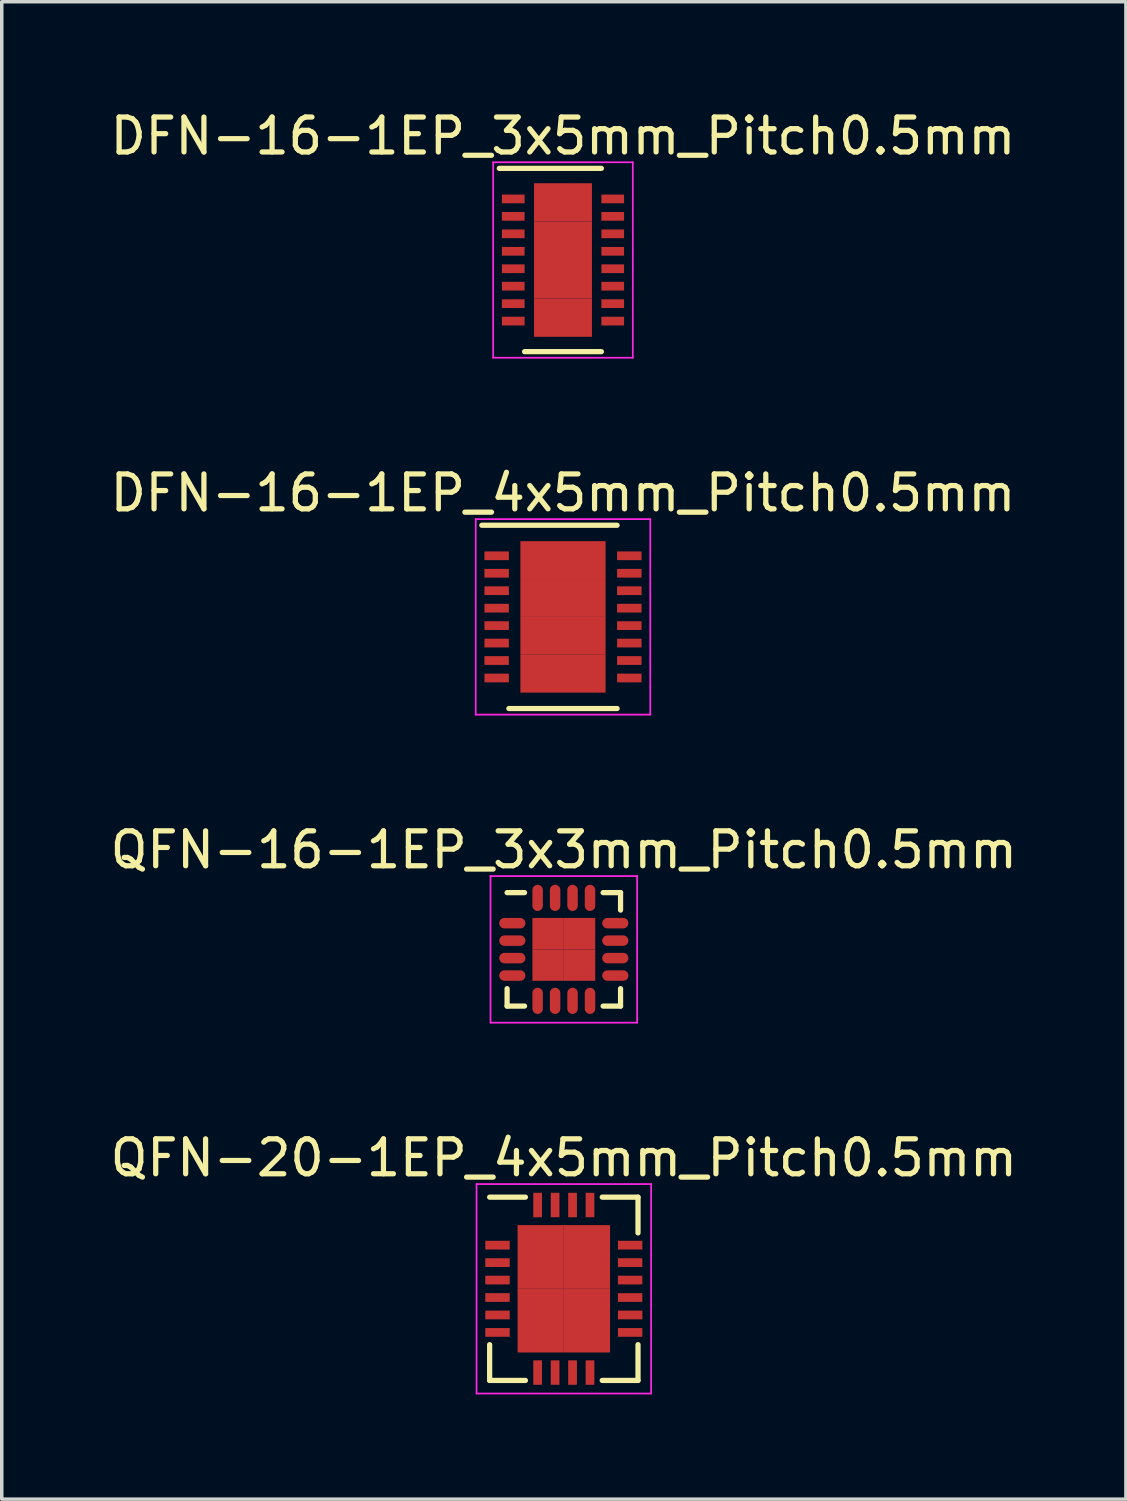
<source format=kicad_pcb>
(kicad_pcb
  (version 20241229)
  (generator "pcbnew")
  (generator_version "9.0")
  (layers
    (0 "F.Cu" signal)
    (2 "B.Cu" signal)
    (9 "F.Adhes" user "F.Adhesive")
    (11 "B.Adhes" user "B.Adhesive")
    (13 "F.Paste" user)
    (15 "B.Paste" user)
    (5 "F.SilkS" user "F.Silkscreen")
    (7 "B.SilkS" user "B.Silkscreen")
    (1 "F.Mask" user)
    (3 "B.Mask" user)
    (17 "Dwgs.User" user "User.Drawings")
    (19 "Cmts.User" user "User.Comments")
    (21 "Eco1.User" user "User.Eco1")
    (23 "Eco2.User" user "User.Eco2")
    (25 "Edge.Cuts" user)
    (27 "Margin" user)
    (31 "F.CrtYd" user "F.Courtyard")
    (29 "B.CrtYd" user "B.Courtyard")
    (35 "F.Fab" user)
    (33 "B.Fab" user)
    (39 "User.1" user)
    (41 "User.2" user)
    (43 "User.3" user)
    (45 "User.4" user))
  (footprint "DFN-16-1EP_4x5mm_Pitch0.5mm"
    (layer "F.Cu")
    (at 13.077 14.621)
    (property "Reference" "DFN-16-1EP_4x5mm_Pitch0.5mm" (at 0 -3.55 0) (layer "F.SilkS") (effects (font (size 1 1) (thickness 0.15))))
    (attr smd)
    (fp_line (start -2.325 -2.625) (end 1.55 -2.625) (stroke (width 0.15) (type solid)) (layer "F.SilkS"))
    (fp_line (start -1.55 2.625) (end 1.55 2.625) (stroke (width 0.15) (type solid)) (layer "F.SilkS"))
    (fp_line (start -2.5 -2.8) (end -2.5 2.8) (stroke (width 0.05) (type solid)) (layer "F.CrtYd"))
    (fp_line (start -2.5 -2.8) (end 2.5 -2.8) (stroke (width 0.05) (type solid)) (layer "F.CrtYd"))
    (fp_line (start -2.5 2.8) (end 2.5 2.8) (stroke (width 0.05) (type solid)) (layer "F.CrtYd"))
    (fp_line (start 2.5 -2.8) (end 2.5 2.8) (stroke (width 0.05) (type solid)) (layer "F.CrtYd"))
    (pad "1" smd rect (at -1.9 -1.75) (size 0.7 0.25) (layers "F.Cu" "F.Mask" "F.Paste"))
    (pad "2" smd rect (at -1.9 -1.25) (size 0.7 0.25) (layers "F.Cu" "F.Mask" "F.Paste"))
    (pad "3" smd rect (at -1.9 -0.75) (size 0.7 0.25) (layers "F.Cu" "F.Mask" "F.Paste"))
    (pad "4" smd rect (at -1.9 -0.25) (size 0.7 0.25) (layers "F.Cu" "F.Mask" "F.Paste"))
    (pad "5" smd rect (at -1.9 0.25) (size 0.7 0.25) (layers "F.Cu" "F.Mask" "F.Paste"))
    (pad "6" smd rect (at -1.9 0.75) (size 0.7 0.25) (layers "F.Cu" "F.Mask" "F.Paste"))
    (pad "7" smd rect (at -1.9 1.25) (size 0.7 0.25) (layers "F.Cu" "F.Mask" "F.Paste"))
    (pad "8" smd rect (at -1.9 1.75) (size 0.7 0.25) (layers "F.Cu" "F.Mask" "F.Paste"))
    (pad "9" smd rect (at 1.9 1.75) (size 0.7 0.25) (layers "F.Cu" "F.Mask" "F.Paste"))
    (pad "10" smd rect (at 1.9 1.25) (size 0.7 0.25) (layers "F.Cu" "F.Mask" "F.Paste"))
    (pad "11" smd rect (at 1.9 0.75) (size 0.7 0.25) (layers "F.Cu" "F.Mask" "F.Paste"))
    (pad "12" smd rect (at 1.9 0.25) (size 0.7 0.25) (layers "F.Cu" "F.Mask" "F.Paste"))
    (pad "13" smd rect (at 1.9 -0.25) (size 0.7 0.25) (layers "F.Cu" "F.Mask" "F.Paste"))
    (pad "14" smd rect (at 1.9 -0.75) (size 0.7 0.25) (layers "F.Cu" "F.Mask" "F.Paste"))
    (pad "15" smd rect (at 1.9 -1.25) (size 0.7 0.25) (layers "F.Cu" "F.Mask" "F.Paste"))
    (pad "16" smd rect (at 1.9 -1.75) (size 0.7 0.25) (layers "F.Cu" "F.Mask" "F.Paste"))
    (pad "17" smd rect (at -0.61 -1.627) (size 1.22 1.085) (layers "F.Cu" "F.Mask" "F.Paste"))
    (pad "17" smd rect (at -0.61 -0.542) (size 1.22 1.085) (layers "F.Cu" "F.Mask" "F.Paste"))
    (pad "17" smd rect (at -0.61 0.542) (size 1.22 1.085) (layers "F.Cu" "F.Mask" "F.Paste"))
    (pad "17" smd rect (at -0.61 1.627) (size 1.22 1.085) (layers "F.Cu" "F.Mask" "F.Paste"))
    (pad "17" smd rect (at 0.61 -1.627) (size 1.22 1.085) (layers "F.Cu" "F.Mask" "F.Paste"))
    (pad "17" smd rect (at 0.61 -0.542) (size 1.22 1.085) (layers "F.Cu" "F.Mask" "F.Paste"))
    (pad "17" smd rect (at 0.61 0.542) (size 1.22 1.085) (layers "F.Cu" "F.Mask" "F.Paste"))
    (pad "17" smd rect (at 0.61 1.627) (size 1.22 1.085) (layers "F.Cu" "F.Mask" "F.Paste")))
  (footprint "QFN-16-1EP_3x3mm_Pitch0.5mm"
    (layer "F.Cu")
    (at 13.101 24.145)
    (property "Reference" "QFN-16-1EP_3x3mm_Pitch0.5mm" (at 0 -2.85 0) (layer "F.SilkS") (effects (font (size 1 1) (thickness 0.15))))
    (attr smd)
    (fp_line (start -1.625 -1.625) (end -1.125 -1.625) (stroke (width 0.15) (type solid)) (layer "F.SilkS"))
    (fp_line (start -1.625 1.625) (end -1.625 1.125) (stroke (width 0.15) (type solid)) (layer "F.SilkS"))
    (fp_line (start -1.625 1.625) (end -1.125 1.625) (stroke (width 0.15) (type solid)) (layer "F.SilkS"))
    (fp_line (start 1.625 -1.625) (end 1.125 -1.625) (stroke (width 0.15) (type solid)) (layer "F.SilkS"))
    (fp_line (start 1.625 -1.625) (end 1.625 -1.125) (stroke (width 0.15) (type solid)) (layer "F.SilkS"))
    (fp_line (start 1.625 1.625) (end 1.125 1.625) (stroke (width 0.15) (type solid)) (layer "F.SilkS"))
    (fp_line (start 1.625 1.625) (end 1.625 1.125) (stroke (width 0.15) (type solid)) (layer "F.SilkS"))
    (fp_line (start -2.1 -2.1) (end -2.1 2.1) (stroke (width 0.05) (type solid)) (layer "F.CrtYd"))
    (fp_line (start -2.1 -2.1) (end 2.1 -2.1) (stroke (width 0.05) (type solid)) (layer "F.CrtYd"))
    (fp_line (start -2.1 2.1) (end 2.1 2.1) (stroke (width 0.05) (type solid)) (layer "F.CrtYd"))
    (fp_line (start 2.1 -2.1) (end 2.1 2.1) (stroke (width 0.05) (type solid)) (layer "F.CrtYd"))
    (pad "1" smd oval (at -1.475 -0.75) (size 0.75 0.3) (layers "F.Cu" "F.Mask" "F.Paste"))
    (pad "2" smd oval (at -1.475 -0.25) (size 0.75 0.3) (layers "F.Cu" "F.Mask" "F.Paste"))
    (pad "3" smd oval (at -1.475 0.25) (size 0.75 0.3) (layers "F.Cu" "F.Mask" "F.Paste"))
    (pad "4" smd oval (at -1.475 0.75) (size 0.75 0.3) (layers "F.Cu" "F.Mask" "F.Paste"))
    (pad "5" smd oval (at -0.75 1.475 90) (size 0.75 0.3) (layers "F.Cu" "F.Mask" "F.Paste"))
    (pad "6" smd oval (at -0.25 1.475 90) (size 0.75 0.3) (layers "F.Cu" "F.Mask" "F.Paste"))
    (pad "7" smd oval (at 0.25 1.475 90) (size 0.75 0.3) (layers "F.Cu" "F.Mask" "F.Paste"))
    (pad "8" smd oval (at 0.75 1.475 90) (size 0.75 0.3) (layers "F.Cu" "F.Mask" "F.Paste"))
    (pad "9" smd oval (at 1.475 0.75) (size 0.75 0.3) (layers "F.Cu" "F.Mask" "F.Paste"))
    (pad "10" smd oval (at 1.475 0.25) (size 0.75 0.3) (layers "F.Cu" "F.Mask" "F.Paste"))
    (pad "11" smd oval (at 1.475 -0.25) (size 0.75 0.3) (layers "F.Cu" "F.Mask" "F.Paste"))
    (pad "12" smd oval (at 1.475 -0.75) (size 0.75 0.3) (layers "F.Cu" "F.Mask" "F.Paste"))
    (pad "13" smd oval (at 0.75 -1.475 90) (size 0.75 0.3) (layers "F.Cu" "F.Mask" "F.Paste"))
    (pad "14" smd oval (at 0.25 -1.475 90) (size 0.75 0.3) (layers "F.Cu" "F.Mask" "F.Paste"))
    (pad "15" smd oval (at -0.25 -1.475 90) (size 0.75 0.3) (layers "F.Cu" "F.Mask" "F.Paste"))
    (pad "16" smd oval (at -0.75 -1.475 90) (size 0.75 0.3) (layers "F.Cu" "F.Mask" "F.Paste"))
    (pad "17" smd rect (at -0.45 -0.45) (size 0.9 0.9) (layers "F.Cu" "F.Mask" "F.Paste"))
    (pad "17" smd rect (at -0.45 0.45) (size 0.9 0.9) (layers "F.Cu" "F.Mask" "F.Paste"))
    (pad "17" smd rect (at 0.45 -0.45) (size 0.9 0.9) (layers "F.Cu" "F.Mask" "F.Paste"))
    (pad "17" smd rect (at 0.45 0.45) (size 0.9 0.9) (layers "F.Cu" "F.Mask" "F.Paste")))
  (footprint "QFN-20-1EP_4x5mm_Pitch0.5mm"
    (layer "F.Cu")
    (at 13.101 33.868)
    (property "Reference" "QFN-20-1EP_4x5mm_Pitch0.5mm" (at 0 -3.75 0) (layer "F.SilkS") (effects (font (size 1 1) (thickness 0.15))))
    (attr smd)
    (fp_line (start -2.125 -2.625) (end -1.1 -2.625) (stroke (width 0.15) (type solid)) (layer "F.SilkS"))
    (fp_line (start -2.125 2.625) (end -2.125 1.6) (stroke (width 0.15) (type solid)) (layer "F.SilkS"))
    (fp_line (start -2.125 2.625) (end -1.1 2.625) (stroke (width 0.15) (type solid)) (layer "F.SilkS"))
    (fp_line (start 2.125 -2.625) (end 1.1 -2.625) (stroke (width 0.15) (type solid)) (layer "F.SilkS"))
    (fp_line (start 2.125 -2.625) (end 2.125 -1.6) (stroke (width 0.15) (type solid)) (layer "F.SilkS"))
    (fp_line (start 2.125 2.625) (end 1.1 2.625) (stroke (width 0.15) (type solid)) (layer "F.SilkS"))
    (fp_line (start 2.125 2.625) (end 2.125 1.6) (stroke (width 0.15) (type solid)) (layer "F.SilkS"))
    (fp_line (start -2.5 -3) (end -2.5 3) (stroke (width 0.05) (type solid)) (layer "F.CrtYd"))
    (fp_line (start -2.5 -3) (end 2.5 -3) (stroke (width 0.05) (type solid)) (layer "F.CrtYd"))
    (fp_line (start -2.5 3) (end 2.5 3) (stroke (width 0.05) (type solid)) (layer "F.CrtYd"))
    (fp_line (start 2.5 -3) (end 2.5 3) (stroke (width 0.05) (type solid)) (layer "F.CrtYd"))
    (pad "1" smd rect (at -1.9 -1.25) (size 0.7 0.25) (layers "F.Cu" "F.Mask" "F.Paste"))
    (pad "2" smd rect (at -1.9 -0.75) (size 0.7 0.25) (layers "F.Cu" "F.Mask" "F.Paste"))
    (pad "3" smd rect (at -1.9 -0.25) (size 0.7 0.25) (layers "F.Cu" "F.Mask" "F.Paste"))
    (pad "4" smd rect (at -1.9 0.25) (size 0.7 0.25) (layers "F.Cu" "F.Mask" "F.Paste"))
    (pad "5" smd rect (at -1.9 0.75) (size 0.7 0.25) (layers "F.Cu" "F.Mask" "F.Paste"))
    (pad "6" smd rect (at -1.9 1.25) (size 0.7 0.25) (layers "F.Cu" "F.Mask" "F.Paste"))
    (pad "7" smd rect (at -0.75 2.4 90) (size 0.7 0.25) (layers "F.Cu" "F.Mask" "F.Paste"))
    (pad "8" smd rect (at -0.25 2.4 90) (size 0.7 0.25) (layers "F.Cu" "F.Mask" "F.Paste"))
    (pad "9" smd rect (at 0.25 2.4 90) (size 0.7 0.25) (layers "F.Cu" "F.Mask" "F.Paste"))
    (pad "10" smd rect (at 0.75 2.4 90) (size 0.7 0.25) (layers "F.Cu" "F.Mask" "F.Paste"))
    (pad "11" smd rect (at 1.9 1.25) (size 0.7 0.25) (layers "F.Cu" "F.Mask" "F.Paste"))
    (pad "12" smd rect (at 1.9 0.75) (size 0.7 0.25) (layers "F.Cu" "F.Mask" "F.Paste"))
    (pad "13" smd rect (at 1.9 0.25) (size 0.7 0.25) (layers "F.Cu" "F.Mask" "F.Paste"))
    (pad "14" smd rect (at 1.9 -0.25) (size 0.7 0.25) (layers "F.Cu" "F.Mask" "F.Paste"))
    (pad "15" smd rect (at 1.9 -0.75) (size 0.7 0.25) (layers "F.Cu" "F.Mask" "F.Paste"))
    (pad "16" smd rect (at 1.9 -1.25) (size 0.7 0.25) (layers "F.Cu" "F.Mask" "F.Paste"))
    (pad "17" smd rect (at 0.75 -2.4 90) (size 0.7 0.25) (layers "F.Cu" "F.Mask" "F.Paste"))
    (pad "18" smd rect (at 0.25 -2.4 90) (size 0.7 0.25) (layers "F.Cu" "F.Mask" "F.Paste"))
    (pad "19" smd rect (at -0.25 -2.4 90) (size 0.7 0.25) (layers "F.Cu" "F.Mask" "F.Paste"))
    (pad "20" smd rect (at -0.75 -2.4 90) (size 0.7 0.25) (layers "F.Cu" "F.Mask" "F.Paste"))
    (pad "21" smd rect (at -0.662 -0.912) (size 1.325 1.825) (layers "F.Cu" "F.Mask" "F.Paste"))
    (pad "21" smd rect (at -0.662 0.912) (size 1.325 1.825) (layers "F.Cu" "F.Mask" "F.Paste"))
    (pad "21" smd rect (at 0.662 -0.912) (size 1.325 1.825) (layers "F.Cu" "F.Mask" "F.Paste"))
    (pad "21" smd rect (at 0.662 0.912) (size 1.325 1.825) (layers "F.Cu" "F.Mask" "F.Paste")))
  (footprint "DFN-16-1EP_3x5mm_Pitch0.5mm"
    (layer "F.Cu")
    (at 13.077 4.398)
    (property "Reference" "DFN-16-1EP_3x5mm_Pitch0.5mm" (at 0 -3.55 0) (layer "F.SilkS") (effects (font (size 1 1) (thickness 0.15))))
    (attr smd)
    (fp_line (start -1.825 -2.625) (end 1.1 -2.625) (stroke (width 0.15) (type solid)) (layer "F.SilkS"))
    (fp_line (start -1.1 2.625) (end 1.1 2.625) (stroke (width 0.15) (type solid)) (layer "F.SilkS"))
    (fp_line (start -2 -2.8) (end -2 2.8) (stroke (width 0.05) (type solid)) (layer "F.CrtYd"))
    (fp_line (start -2 -2.8) (end 2 -2.8) (stroke (width 0.05) (type solid)) (layer "F.CrtYd"))
    (fp_line (start -2 2.8) (end 2 2.8) (stroke (width 0.05) (type solid)) (layer "F.CrtYd"))
    (fp_line (start 2 -2.8) (end 2 2.8) (stroke (width 0.05) (type solid)) (layer "F.CrtYd"))
    (pad "1" smd rect (at -1.425 -1.75) (size 0.65 0.25) (layers "F.Cu" "F.Mask" "F.Paste"))
    (pad "2" smd rect (at -1.425 -1.25) (size 0.65 0.25) (layers "F.Cu" "F.Mask" "F.Paste"))
    (pad "3" smd rect (at -1.425 -0.75) (size 0.65 0.25) (layers "F.Cu" "F.Mask" "F.Paste"))
    (pad "4" smd rect (at -1.425 -0.25) (size 0.65 0.25) (layers "F.Cu" "F.Mask" "F.Paste"))
    (pad "5" smd rect (at -1.425 0.25) (size 0.65 0.25) (layers "F.Cu" "F.Mask" "F.Paste"))
    (pad "6" smd rect (at -1.425 0.75) (size 0.65 0.25) (layers "F.Cu" "F.Mask" "F.Paste"))
    (pad "7" smd rect (at -1.425 1.25) (size 0.65 0.25) (layers "F.Cu" "F.Mask" "F.Paste"))
    (pad "8" smd rect (at -1.425 1.75) (size 0.65 0.25) (layers "F.Cu" "F.Mask" "F.Paste"))
    (pad "9" smd rect (at 1.425 1.75) (size 0.65 0.25) (layers "F.Cu" "F.Mask" "F.Paste"))
    (pad "10" smd rect (at 1.425 1.25) (size 0.65 0.25) (layers "F.Cu" "F.Mask" "F.Paste"))
    (pad "11" smd rect (at 1.425 0.75) (size 0.65 0.25) (layers "F.Cu" "F.Mask" "F.Paste"))
    (pad "12" smd rect (at 1.425 0.25) (size 0.65 0.25) (layers "F.Cu" "F.Mask" "F.Paste"))
    (pad "13" smd rect (at 1.425 -0.25) (size 0.65 0.25) (layers "F.Cu" "F.Mask" "F.Paste"))
    (pad "14" smd rect (at 1.425 -0.75) (size 0.65 0.25) (layers "F.Cu" "F.Mask" "F.Paste"))
    (pad "15" smd rect (at 1.425 -1.25) (size 0.65 0.25) (layers "F.Cu" "F.Mask" "F.Paste"))
    (pad "16" smd rect (at 1.425 -1.75) (size 0.65 0.25) (layers "F.Cu" "F.Mask" "F.Paste"))
    (pad "17" smd rect (at -0.415 -1.65) (size 0.83 1.1) (layers "F.Cu" "F.Mask" "F.Paste"))
    (pad "17" smd rect (at -0.415 -0.55) (size 0.83 1.1) (layers "F.Cu" "F.Mask" "F.Paste"))
    (pad "17" smd rect (at -0.415 0.55) (size 0.83 1.1) (layers "F.Cu" "F.Mask" "F.Paste"))
    (pad "17" smd rect (at -0.415 1.65) (size 0.83 1.1) (layers "F.Cu" "F.Mask" "F.Paste"))
    (pad "17" smd rect (at 0.415 -1.65) (size 0.83 1.1) (layers "F.Cu" "F.Mask" "F.Paste"))
    (pad "17" smd rect (at 0.415 -0.55) (size 0.83 1.1) (layers "F.Cu" "F.Mask" "F.Paste"))
    (pad "17" smd rect (at 0.415 0.55) (size 0.83 1.1) (layers "F.Cu" "F.Mask" "F.Paste"))
    (pad "17" smd rect (at 0.415 1.65) (size 0.83 1.1) (layers "F.Cu" "F.Mask" "F.Paste")))
  (gr_rect
    (start -3 -3)
    (end 29.202 39.893)
    (stroke (width 0.1) (type default))
    (fill no)
    (layer "Edge.Cuts")))
</source>
